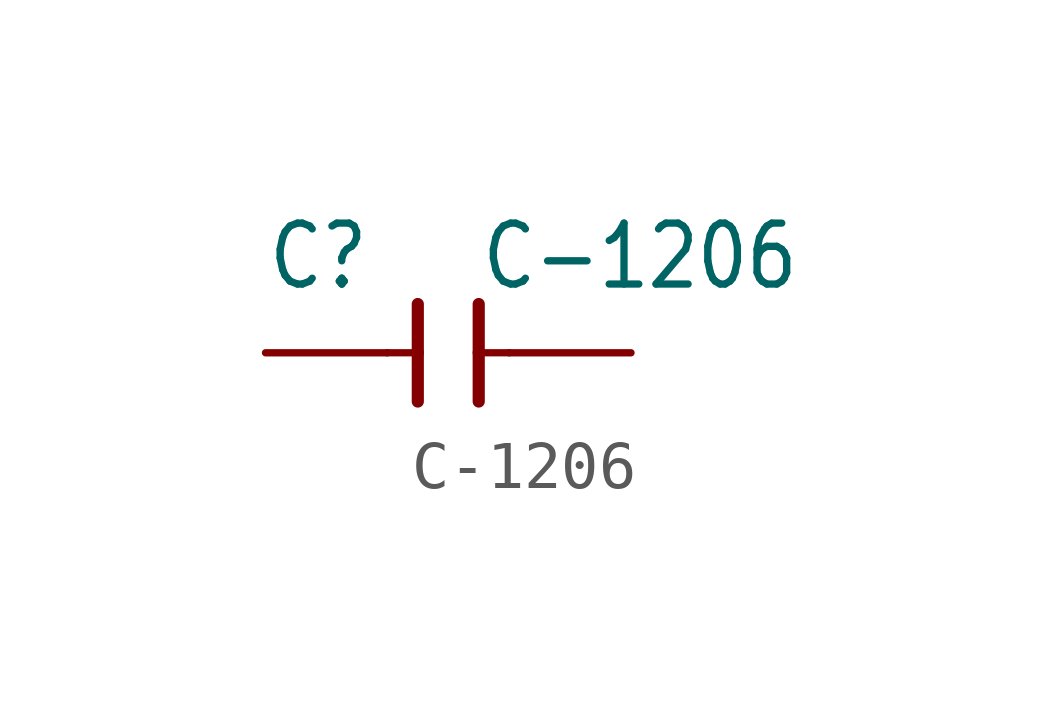
<source format=kicad_sym>
(kicad_symbol_lib
  (version 20211014)
  (generator kicad_symbol_editor)
  (symbol "C-1206"
    (property "Reference" "C"
      (at -3.81 1.27 0)
      (effects (font (size 1.27 1.079)) (justify left bottom)))
    (property "Value" "C-1206"
      (at 0.635 1.27 0)
      (effects (font (size 1.27 1.079)) (justify left bottom)))
    (property "ki_locked" ""
      (at 0 0 0)
      (effects (font (size 1.27 1.27))))
    (symbol "C-1206_1_0"
      (polyline (pts (xy -1.27 0) (xy -0.635 0)) (stroke (width 0.152) (type default) (color 0 0 0 0)) (fill (type none)))
      (polyline (pts (xy -0.635 -1.016) (xy -0.635 0)) (stroke (width 0.254) (type default) (color 0 0 0 0)) (fill (type none)))
      (polyline (pts (xy -0.635 0) (xy -0.635 1.016)) (stroke (width 0.254) (type default) (color 0 0 0 0)) (fill (type none)))
      (polyline (pts (xy 0.635 0) (xy 0.635 -1.016)) (stroke (width 0.254) (type default) (color 0 0 0 0)) (fill (type none)))
      (polyline (pts (xy 0.635 0) (xy 1.27 0)) (stroke (width 0.152) (type default) (color 0 0 0 0)) (fill (type none)))
      (polyline (pts (xy 0.635 1.016) (xy 0.635 0)) (stroke (width 0.254) (type default) (color 0 0 0 0)) (fill (type none)))
      (pin passive line (at -3.81 0 0) (length 2.54) (name "1" (effects (font (size 0 0)))) (number "1" (effects (font (size 0 0)))))
      (pin passive line (at 3.81 0 180) (length 2.54) (name "2" (effects (font (size 0 0)))) (number "2" (effects (font (size 0 0))))))))
</source>
